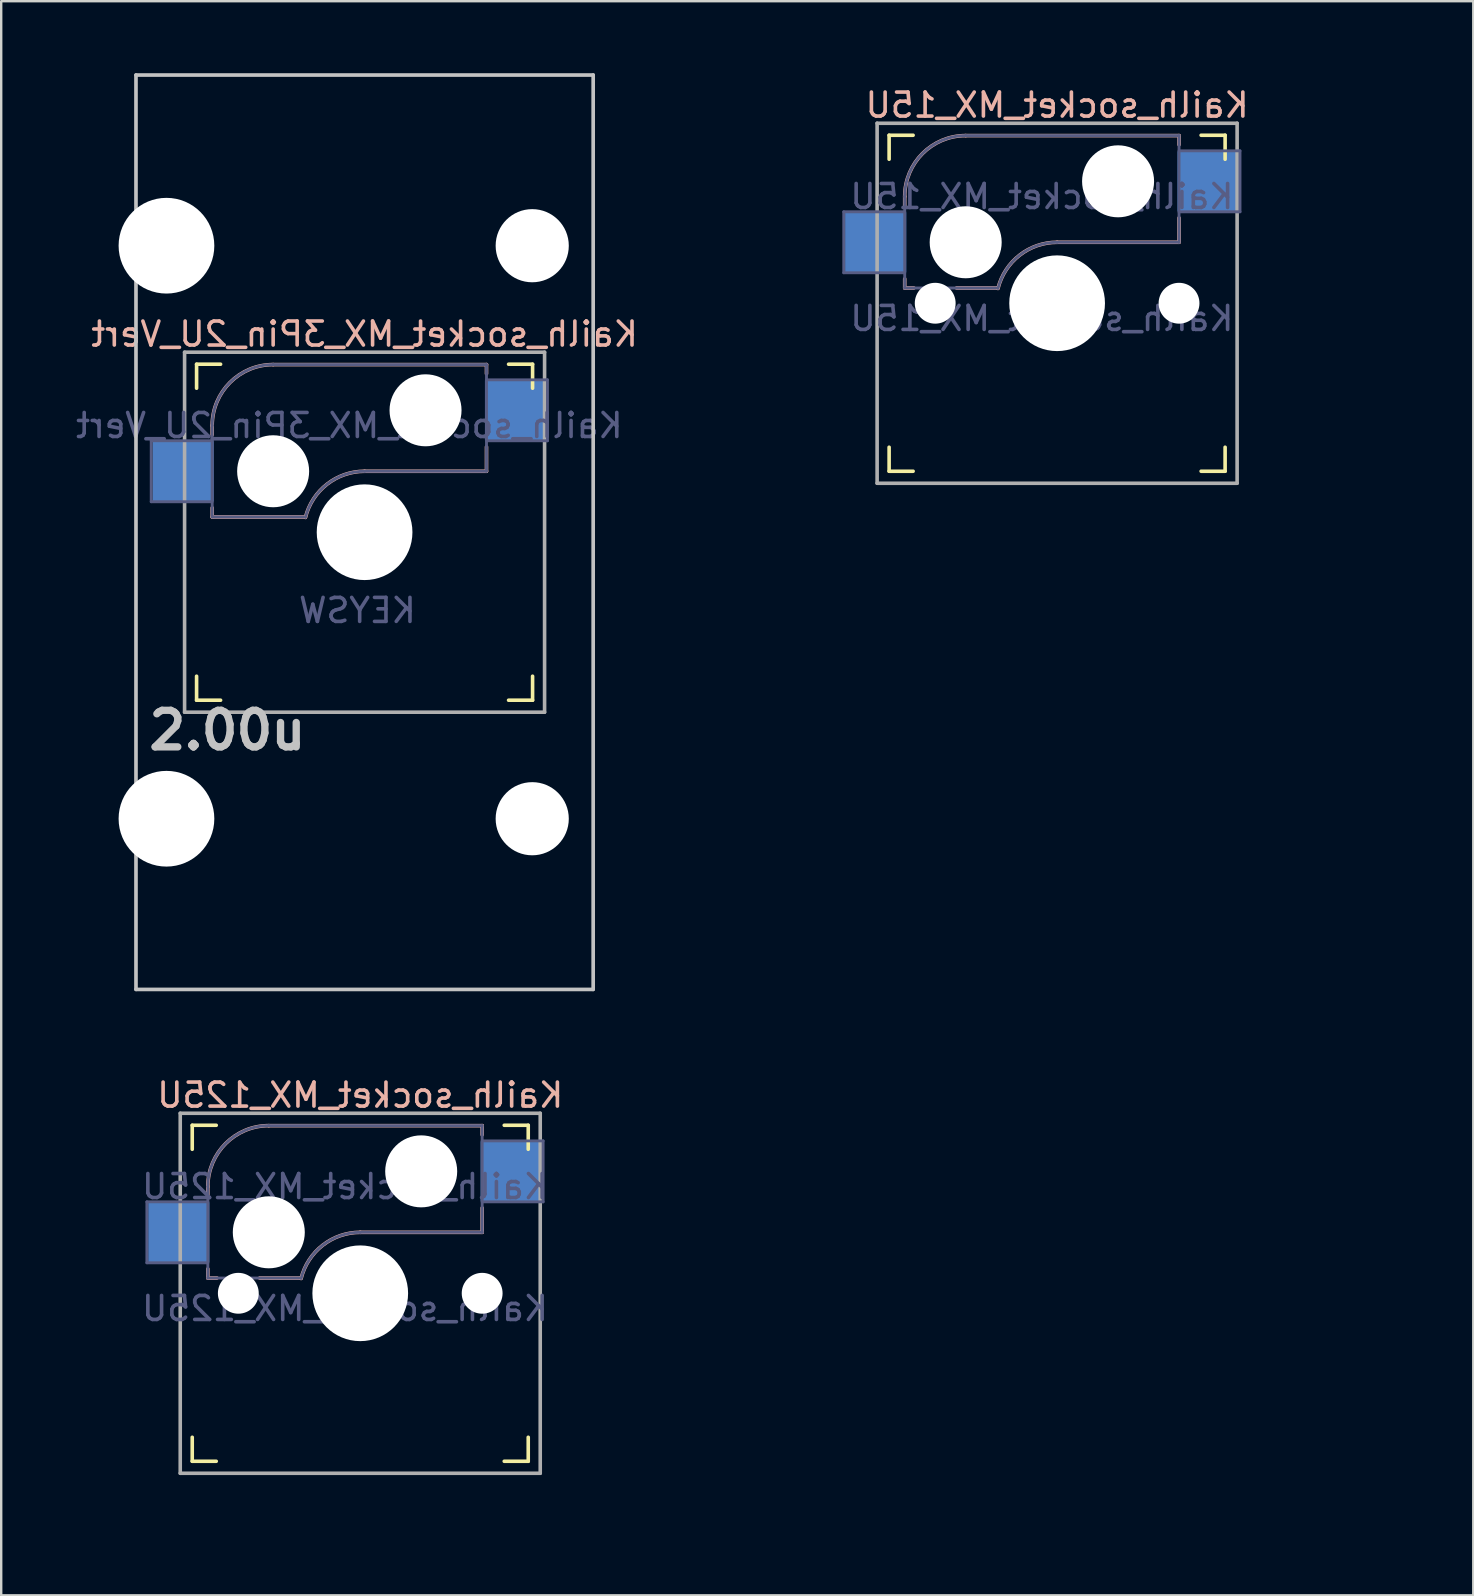
<source format=kicad_pcb>
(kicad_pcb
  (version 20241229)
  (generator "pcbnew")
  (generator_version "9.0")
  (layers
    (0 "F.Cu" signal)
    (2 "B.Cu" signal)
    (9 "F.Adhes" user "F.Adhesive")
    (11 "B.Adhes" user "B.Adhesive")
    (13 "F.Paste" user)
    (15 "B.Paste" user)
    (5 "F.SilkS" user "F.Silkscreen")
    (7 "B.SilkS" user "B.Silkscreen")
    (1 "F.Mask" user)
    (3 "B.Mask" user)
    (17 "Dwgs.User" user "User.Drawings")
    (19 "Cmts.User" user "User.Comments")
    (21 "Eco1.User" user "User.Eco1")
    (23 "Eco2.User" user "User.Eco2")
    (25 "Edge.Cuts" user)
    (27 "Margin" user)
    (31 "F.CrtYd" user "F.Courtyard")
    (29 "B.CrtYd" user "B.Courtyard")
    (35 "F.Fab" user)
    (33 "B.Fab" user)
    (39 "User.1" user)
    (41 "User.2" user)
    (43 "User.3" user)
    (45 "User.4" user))
  (footprint "Kailh_socket_MX_125U"
    (layer "F.Cu")
    (at 11.96 50.837)
    (property "Reference" "Kailh_socket_MX_125U" (at 0 -8.255 0) (layer "B.SilkS") (effects (font (size 1 1) (thickness 0.15)) (justify mirror)))
    (property "Value" "Kailh_socket_MX_125U" (at 0 8.255 0) (layer "F.Fab") (hide yes) (effects (font (size 1 1) (thickness 0.15))))
    (attr smd)
    (fp_line (start -7 -6) (end -7 -7) (stroke (width 0.15) (type solid)) (layer "F.SilkS"))
    (fp_line (start -7 7) (end -7 6) (stroke (width 0.15) (type solid)) (layer "F.SilkS"))
    (fp_line (start -7 7) (end -6 7) (stroke (width 0.15) (type solid)) (layer "F.SilkS"))
    (fp_line (start -6 -7) (end -7 -7) (stroke (width 0.15) (type solid)) (layer "F.SilkS"))
    (fp_line (start 6 7) (end 7 7) (stroke (width 0.15) (type solid)) (layer "F.SilkS"))
    (fp_line (start 7 -7) (end 6 -7) (stroke (width 0.15) (type solid)) (layer "F.SilkS"))
    (fp_line (start 7 -7) (end 7 -6) (stroke (width 0.15) (type solid)) (layer "F.SilkS"))
    (fp_line (start 7 6) (end 7 7) (stroke (width 0.15) (type solid)) (layer "F.SilkS"))
    (fp_line (start -6.35 -4.445) (end -6.35 -4.064) (stroke (width 0.15) (type solid)) (layer "B.SilkS"))
    (fp_line (start -6.35 -1.016) (end -6.35 -0.635) (stroke (width 0.15) (type solid)) (layer "B.SilkS"))
    (fp_line (start -5.969 -0.635) (end -6.35 -0.635) (stroke (width 0.15) (type solid)) (layer "B.SilkS"))
    (fp_line (start -3.81 -6.985) (end 5.08 -6.985) (stroke (width 0.15) (type solid)) (layer "B.SilkS"))
    (fp_line (start -2.464 -0.635) (end -4.191 -0.635) (stroke (width 0.15) (type solid)) (layer "B.SilkS"))
    (fp_line (start 5.08 -6.985) (end 5.08 -6.604) (stroke (width 0.15) (type solid)) (layer "B.SilkS"))
    (fp_line (start 5.08 -3.556) (end 5.08 -2.54) (stroke (width 0.15) (type solid)) (layer "B.SilkS"))
    (fp_line (start 5.08 -2.54) (end 0 -2.54) (stroke (width 0.15) (type solid)) (layer "B.SilkS"))
    (fp_arc (start -6.35 -4.445) (mid -5.606051 -6.241051) (end -3.81 -6.985) (stroke (width 0.15) (type solid)) (layer "B.SilkS"))
    (fp_arc (start -2.464162 -0.61604) (mid -1.563147 -2.002042) (end 0 -2.54) (stroke (width 0.15) (type solid)) (layer "B.SilkS"))
    (fp_line (start -6.9 6.9) (end -6.9 -6.9) (stroke (width 0.15) (type solid)) (layer "Eco2.User"))
    (fp_line (start -6.9 6.9) (end 6.9 6.9) (stroke (width 0.15) (type solid)) (layer "Eco2.User"))
    (fp_line (start 6.9 -6.9) (end -6.9 -6.9) (stroke (width 0.15) (type solid)) (layer "Eco2.User"))
    (fp_line (start 6.9 -6.9) (end 6.9 6.9) (stroke (width 0.15) (type solid)) (layer "Eco2.User"))
    (fp_line (start -8.89 -3.81) (end -6.35 -3.81) (stroke (width 0.12) (type solid)) (layer "B.Fab"))
    (fp_line (start -8.89 -1.27) (end -8.89 -3.81) (stroke (width 0.12) (type solid)) (layer "B.Fab"))
    (fp_line (start -6.35 -1.27) (end -8.89 -1.27) (stroke (width 0.12) (type solid)) (layer "B.Fab"))
    (fp_line (start -6.35 -0.635) (end -6.35 -4.445) (stroke (width 0.12) (type solid)) (layer "B.Fab"))
    (fp_line (start -6.35 -0.635) (end -2.54 -0.635) (stroke (width 0.12) (type solid)) (layer "B.Fab"))
    (fp_line (start -3.81 -6.985) (end 5.08 -6.985) (stroke (width 0.12) (type solid)) (layer "B.Fab"))
    (fp_line (start 5.08 -6.985) (end 5.08 -2.54) (stroke (width 0.12) (type solid)) (layer "B.Fab"))
    (fp_line (start 5.08 -6.35) (end 7.62 -6.35) (stroke (width 0.12) (type solid)) (layer "B.Fab"))
    (fp_line (start 5.08 -2.54) (end 0 -2.54) (stroke (width 0.12) (type solid)) (layer "B.Fab"))
    (fp_line (start 7.62 -6.35) (end 7.62 -3.81) (stroke (width 0.12) (type solid)) (layer "B.Fab"))
    (fp_line (start 7.62 -3.81) (end 5.08 -3.81) (stroke (width 0.12) (type solid)) (layer "B.Fab"))
    (fp_arc (start -6.35 -4.445) (mid -5.606051 -6.241051) (end -3.81 -6.985) (stroke (width 0.12) (type solid)) (layer "B.Fab"))
    (fp_arc (start -2.464162 -0.61604) (mid -1.563147 -2.002042) (end 0 -2.54) (stroke (width 0.12) (type solid)) (layer "B.Fab"))
    (fp_line (start -7.5 -7.5) (end 7.5 -7.5) (stroke (width 0.15) (type solid)) (layer "F.Fab"))
    (fp_line (start -7.5 7.5) (end -7.5 -7.5) (stroke (width 0.15) (type solid)) (layer "F.Fab"))
    (fp_line (start 7.5 -7.5) (end 7.5 7.5) (stroke (width 0.15) (type solid)) (layer "F.Fab"))
    (fp_line (start 7.5 7.5) (end -7.5 7.5) (stroke (width 0.15) (type solid)) (layer "F.Fab"))
    (fp_line (start -11.9 -9.525) (end 11.9 -9.525) (stroke (width 0.12) (type solid)) (layer "User.2"))
    (fp_line (start -11.9 9.525) (end -11.9 -9.525) (stroke (width 0.12) (type solid)) (layer "User.2"))
    (fp_line (start -11.9 9.525) (end 11.9 9.525) (stroke (width 0.12) (type solid)) (layer "User.2"))
    (fp_line (start -9.525 -9.525) (end 9.525 -9.525) (stroke (width 0.12) (type solid)) (layer "User.2"))
    (fp_line (start 9.525 9.525) (end -9.525 9.525) (stroke (width 0.12) (type solid)) (layer "User.2"))
    (fp_line (start 11.9 9.525) (end 11.9 -9.525) (stroke (width 0.12) (type solid)) (layer "User.2"))
    (fp_text user "${VALUE}" (at -0.635 0.635 0) (layer "B.Fab") (effects (font (size 1 1) (thickness 0.15)) (justify mirror)))
    (fp_text user "${REFERENCE}" (at -0.635 -4.445 0) (layer "B.Fab") (effects (font (size 1 1) (thickness 0.15)) (justify mirror)))
    (pad "" np_thru_hole circle (at -5.08 0) (size 1.702 1.702) (drill 1.702) (layers "*.Cu" "*.Mask"))
    (pad "" np_thru_hole circle (at -3.81 -2.54) (size 3 3) (drill 3) (layers "*.Cu" "*.Mask"))
    (pad "" np_thru_hole circle (at 0 0) (size 3.988 3.988) (drill 3.988) (layers "*.Cu" "*.Mask"))
    (pad "" np_thru_hole circle (at 2.54 -5.08) (size 3 3) (drill 3) (layers "*.Cu" "*.Mask"))
    (pad "" np_thru_hole circle (at 5.08 0) (size 1.702 1.702) (drill 1.702) (layers "*.Cu" "*.Mask"))
    (pad "1" smd rect (at 6.29 -5.08) (size 2.55 2.5) (layers "B.Cu" "B.Mask" "B.Paste"))
    (pad "2" smd rect (at -7.56 -2.54) (size 2.55 2.5) (layers "B.Cu" "B.Mask" "B.Paste")))
  (footprint "Kailh_socket_MX_15U"
    (layer "F.Cu")
    (at 40.997 9.585)
    (property "Reference" "Kailh_socket_MX_15U" (at 0 -8.255 0) (layer "B.SilkS") (effects (font (size 1 1) (thickness 0.15)) (justify mirror)))
    (property "Value" "Kailh_socket_MX_15U" (at 0 8.255 0) (layer "F.Fab") (hide yes) (effects (font (size 1 1) (thickness 0.15))))
    (attr smd)
    (fp_line (start -7 -6) (end -7 -7) (stroke (width 0.15) (type solid)) (layer "F.SilkS"))
    (fp_line (start -7 7) (end -7 6) (stroke (width 0.15) (type solid)) (layer "F.SilkS"))
    (fp_line (start -7 7) (end -6 7) (stroke (width 0.15) (type solid)) (layer "F.SilkS"))
    (fp_line (start -6 -7) (end -7 -7) (stroke (width 0.15) (type solid)) (layer "F.SilkS"))
    (fp_line (start 6 7) (end 7 7) (stroke (width 0.15) (type solid)) (layer "F.SilkS"))
    (fp_line (start 7 -7) (end 6 -7) (stroke (width 0.15) (type solid)) (layer "F.SilkS"))
    (fp_line (start 7 -7) (end 7 -6) (stroke (width 0.15) (type solid)) (layer "F.SilkS"))
    (fp_line (start 7 6) (end 7 7) (stroke (width 0.15) (type solid)) (layer "F.SilkS"))
    (fp_line (start -6.35 -4.445) (end -6.35 -4.064) (stroke (width 0.15) (type solid)) (layer "B.SilkS"))
    (fp_line (start -6.35 -1.016) (end -6.35 -0.635) (stroke (width 0.15) (type solid)) (layer "B.SilkS"))
    (fp_line (start -5.969 -0.635) (end -6.35 -0.635) (stroke (width 0.15) (type solid)) (layer "B.SilkS"))
    (fp_line (start -3.81 -6.985) (end 5.08 -6.985) (stroke (width 0.15) (type solid)) (layer "B.SilkS"))
    (fp_line (start -2.464 -0.635) (end -4.191 -0.635) (stroke (width 0.15) (type solid)) (layer "B.SilkS"))
    (fp_line (start 5.08 -6.985) (end 5.08 -6.604) (stroke (width 0.15) (type solid)) (layer "B.SilkS"))
    (fp_line (start 5.08 -3.556) (end 5.08 -2.54) (stroke (width 0.15) (type solid)) (layer "B.SilkS"))
    (fp_line (start 5.08 -2.54) (end 0 -2.54) (stroke (width 0.15) (type solid)) (layer "B.SilkS"))
    (fp_arc (start -6.35 -4.445) (mid -5.606051 -6.241051) (end -3.81 -6.985) (stroke (width 0.15) (type solid)) (layer "B.SilkS"))
    (fp_arc (start -2.464162 -0.61604) (mid -1.563147 -2.002042) (end 0 -2.54) (stroke (width 0.15) (type solid)) (layer "B.SilkS"))
    (fp_line (start -6.9 6.9) (end -6.9 -6.9) (stroke (width 0.15) (type solid)) (layer "Eco2.User"))
    (fp_line (start -6.9 6.9) (end 6.9 6.9) (stroke (width 0.15) (type solid)) (layer "Eco2.User"))
    (fp_line (start 6.9 -6.9) (end -6.9 -6.9) (stroke (width 0.15) (type solid)) (layer "Eco2.User"))
    (fp_line (start 6.9 -6.9) (end 6.9 6.9) (stroke (width 0.15) (type solid)) (layer "Eco2.User"))
    (fp_line (start -8.89 -3.81) (end -6.35 -3.81) (stroke (width 0.12) (type solid)) (layer "B.Fab"))
    (fp_line (start -8.89 -1.27) (end -8.89 -3.81) (stroke (width 0.12) (type solid)) (layer "B.Fab"))
    (fp_line (start -6.35 -1.27) (end -8.89 -1.27) (stroke (width 0.12) (type solid)) (layer "B.Fab"))
    (fp_line (start -6.35 -0.635) (end -6.35 -4.445) (stroke (width 0.12) (type solid)) (layer "B.Fab"))
    (fp_line (start -6.35 -0.635) (end -2.54 -0.635) (stroke (width 0.12) (type solid)) (layer "B.Fab"))
    (fp_line (start -3.81 -6.985) (end 5.08 -6.985) (stroke (width 0.12) (type solid)) (layer "B.Fab"))
    (fp_line (start 5.08 -6.985) (end 5.08 -2.54) (stroke (width 0.12) (type solid)) (layer "B.Fab"))
    (fp_line (start 5.08 -6.35) (end 7.62 -6.35) (stroke (width 0.12) (type solid)) (layer "B.Fab"))
    (fp_line (start 5.08 -2.54) (end 0 -2.54) (stroke (width 0.12) (type solid)) (layer "B.Fab"))
    (fp_line (start 7.62 -6.35) (end 7.62 -3.81) (stroke (width 0.12) (type solid)) (layer "B.Fab"))
    (fp_line (start 7.62 -3.81) (end 5.08 -3.81) (stroke (width 0.12) (type solid)) (layer "B.Fab"))
    (fp_arc (start -6.35 -4.445) (mid -5.606051 -6.241051) (end -3.81 -6.985) (stroke (width 0.12) (type solid)) (layer "B.Fab"))
    (fp_arc (start -2.464162 -0.61604) (mid -1.563147 -2.002042) (end 0 -2.54) (stroke (width 0.12) (type solid)) (layer "B.Fab"))
    (fp_line (start -7.5 -7.5) (end 7.5 -7.5) (stroke (width 0.15) (type solid)) (layer "F.Fab"))
    (fp_line (start -7.5 7.5) (end -7.5 -7.5) (stroke (width 0.15) (type solid)) (layer "F.Fab"))
    (fp_line (start 7.5 -7.5) (end 7.5 7.5) (stroke (width 0.15) (type solid)) (layer "F.Fab"))
    (fp_line (start 7.5 7.5) (end -7.5 7.5) (stroke (width 0.15) (type solid)) (layer "F.Fab"))
    (fp_line (start -14.29 -9.525) (end 14.28 -9.525) (stroke (width 0.12) (type solid)) (layer "User.2"))
    (fp_line (start -14.29 9.525) (end -14.29 -9.525) (stroke (width 0.12) (type solid)) (layer "User.2"))
    (fp_line (start -14.29 9.525) (end 14.28 9.525) (stroke (width 0.12) (type solid)) (layer "User.2"))
    (fp_line (start -9.525 -9.525) (end 9.525 -9.525) (stroke (width 0.12) (type solid)) (layer "User.2"))
    (fp_line (start 9.525 9.525) (end -9.525 9.525) (stroke (width 0.12) (type solid)) (layer "User.2"))
    (fp_line (start 14.28 9.525) (end 14.28 -9.525) (stroke (width 0.12) (type solid)) (layer "User.2"))
    (fp_text user "${VALUE}" (at -0.635 0.635 0) (layer "B.Fab") (effects (font (size 1 1) (thickness 0.15)) (justify mirror)))
    (fp_text user "${REFERENCE}" (at -0.635 -4.445 0) (layer "B.Fab") (effects (font (size 1 1) (thickness 0.15)) (justify mirror)))
    (pad "" np_thru_hole circle (at -5.08 0) (size 1.702 1.702) (drill 1.702) (layers "*.Cu" "*.Mask"))
    (pad "" np_thru_hole circle (at -3.81 -2.54) (size 3 3) (drill 3) (layers "*.Cu" "*.Mask"))
    (pad "" np_thru_hole circle (at 0 0) (size 3.988 3.988) (drill 3.988) (layers "*.Cu" "*.Mask"))
    (pad "" np_thru_hole circle (at 2.54 -5.08) (size 3 3) (drill 3) (layers "*.Cu" "*.Mask"))
    (pad "" np_thru_hole circle (at 5.08 0) (size 1.702 1.702) (drill 1.702) (layers "*.Cu" "*.Mask"))
    (pad "1" smd rect (at 6.29 -5.08) (size 2.55 2.5) (layers "B.Cu" "B.Mask" "B.Paste"))
    (pad "2" smd rect (at -7.56 -2.54) (size 2.55 2.5) (layers "B.Cu" "B.Mask" "B.Paste")))
  (footprint "Kailh_socket_MX_3Pin_2U_Vert"
    (layer "F.Cu")
    (at 12.141 19.126)
    (property "Reference" "Kailh_socket_MX_3Pin_2U_Vert" (at 0 -8.255 0) (layer "B.SilkS") (effects (font (size 1 1) (thickness 0.15)) (justify mirror)))
    (property "Value" "KEYSW" (at 0 8.255 0) (layer "F.Fab") (hide yes) (effects (font (size 1 1) (thickness 0.15))))
    (attr smd)
    (fp_line (start -7 -6) (end -7 -7) (stroke (width 0.15) (type solid)) (layer "F.SilkS"))
    (fp_line (start -7 7) (end -7 6) (stroke (width 0.15) (type solid)) (layer "F.SilkS"))
    (fp_line (start -7 7) (end -6 7) (stroke (width 0.15) (type solid)) (layer "F.SilkS"))
    (fp_line (start -6 -7) (end -7 -7) (stroke (width 0.15) (type solid)) (layer "F.SilkS"))
    (fp_line (start 6 7) (end 7 7) (stroke (width 0.15) (type solid)) (layer "F.SilkS"))
    (fp_line (start 7 -7) (end 6 -7) (stroke (width 0.15) (type solid)) (layer "F.SilkS"))
    (fp_line (start 7 -7) (end 7 -6) (stroke (width 0.15) (type solid)) (layer "F.SilkS"))
    (fp_line (start 7 6) (end 7 7) (stroke (width 0.15) (type solid)) (layer "F.SilkS"))
    (fp_line (start -6.35 -4.445) (end -6.35 -4.064) (stroke (width 0.15) (type solid)) (layer "B.SilkS"))
    (fp_line (start -6.35 -1.016) (end -6.35 -0.635) (stroke (width 0.15) (type solid)) (layer "B.SilkS"))
    (fp_line (start -3.81 -6.985) (end 5.08 -6.985) (stroke (width 0.15) (type solid)) (layer "B.SilkS"))
    (fp_line (start -2.464 -0.635) (end -6.35 -0.635) (stroke (width 0.15) (type solid)) (layer "B.SilkS"))
    (fp_line (start 5.08 -6.985) (end 5.08 -6.604) (stroke (width 0.15) (type solid)) (layer "B.SilkS"))
    (fp_line (start 5.08 -3.556) (end 5.08 -2.54) (stroke (width 0.15) (type solid)) (layer "B.SilkS"))
    (fp_line (start 5.08 -2.54) (end 0 -2.54) (stroke (width 0.15) (type solid)) (layer "B.SilkS"))
    (fp_arc (start -6.35 -4.445) (mid -5.606051 -6.241051) (end -3.81 -6.985) (stroke (width 0.15) (type solid)) (layer "B.SilkS"))
    (fp_arc (start -2.464162 -0.61604) (mid -1.563147 -2.002042) (end 0 -2.54) (stroke (width 0.15) (type solid)) (layer "B.SilkS"))
    (fp_line (start -9.525 -19.05) (end -9.525 19.05) (stroke (width 0.152) (type solid)) (layer "Dwgs.User"))
    (fp_line (start -9.525 19.05) (end 9.525 19.05) (stroke (width 0.152) (type solid)) (layer "Dwgs.User"))
    (fp_line (start 9.525 -19.05) (end -9.525 -19.05) (stroke (width 0.152) (type solid)) (layer "Dwgs.User"))
    (fp_line (start 9.525 19.05) (end 9.525 -19.05) (stroke (width 0.152) (type solid)) (layer "Dwgs.User"))
    (fp_line (start -6.9 6.9) (end -6.9 -6.9) (stroke (width 0.15) (type solid)) (layer "Eco2.User"))
    (fp_line (start -6.9 6.9) (end 6.9 6.9) (stroke (width 0.15) (type solid)) (layer "Eco2.User"))
    (fp_line (start 6.9 -6.9) (end -6.9 -6.9) (stroke (width 0.15) (type solid)) (layer "Eco2.User"))
    (fp_line (start 6.9 -6.9) (end 6.9 6.9) (stroke (width 0.15) (type solid)) (layer "Eco2.User"))
    (fp_line (start -8.89 -3.81) (end -6.35 -3.81) (stroke (width 0.12) (type solid)) (layer "B.Fab"))
    (fp_line (start -8.89 -1.27) (end -8.89 -3.81) (stroke (width 0.12) (type solid)) (layer "B.Fab"))
    (fp_line (start -6.35 -1.27) (end -8.89 -1.27) (stroke (width 0.12) (type solid)) (layer "B.Fab"))
    (fp_line (start -6.35 -0.635) (end -6.35 -4.445) (stroke (width 0.12) (type solid)) (layer "B.Fab"))
    (fp_line (start -6.35 -0.635) (end -2.54 -0.635) (stroke (width 0.12) (type solid)) (layer "B.Fab"))
    (fp_line (start -3.81 -6.985) (end 5.08 -6.985) (stroke (width 0.12) (type solid)) (layer "B.Fab"))
    (fp_line (start 5.08 -6.985) (end 5.08 -2.54) (stroke (width 0.12) (type solid)) (layer "B.Fab"))
    (fp_line (start 5.08 -6.35) (end 7.62 -6.35) (stroke (width 0.12) (type solid)) (layer "B.Fab"))
    (fp_line (start 5.08 -2.54) (end 0 -2.54) (stroke (width 0.12) (type solid)) (layer "B.Fab"))
    (fp_line (start 7.62 -6.35) (end 7.62 -3.81) (stroke (width 0.12) (type solid)) (layer "B.Fab"))
    (fp_line (start 7.62 -3.81) (end 5.08 -3.81) (stroke (width 0.12) (type solid)) (layer "B.Fab"))
    (fp_arc (start -6.35 -4.445) (mid -5.606051 -6.241051) (end -3.81 -6.985) (stroke (width 0.12) (type solid)) (layer "B.Fab"))
    (fp_arc (start -2.464162 -0.61604) (mid -1.563147 -2.002042) (end 0 -2.54) (stroke (width 0.12) (type solid)) (layer "B.Fab"))
    (fp_line (start -7.5 -7.5) (end 7.5 -7.5) (stroke (width 0.15) (type solid)) (layer "F.Fab"))
    (fp_line (start -7.5 7.5) (end -7.5 -7.5) (stroke (width 0.15) (type solid)) (layer "F.Fab"))
    (fp_line (start 7.5 -7.5) (end 7.5 7.5) (stroke (width 0.15) (type solid)) (layer "F.Fab"))
    (fp_line (start 7.5 7.5) (end -7.5 7.5) (stroke (width 0.15) (type solid)) (layer "F.Fab"))
    (fp_text user "2.00u" (at -5.715 8.255 0) (layer "Dwgs.User") (effects (font (size 1.524 1.524) (thickness 0.305))))
    (fp_text user "${VALUE}" (at -0.3 3.26 0) (layer "B.Fab") (effects (font (size 1 1) (thickness 0.15)) (justify mirror)))
    (fp_text user "${REFERENCE}" (at -0.635 -4.445 0) (layer "B.Fab") (effects (font (size 1 1) (thickness 0.15)) (justify mirror)))
    (pad "" np_thru_hole circle (at -8.255 -11.938 270) (size 3.988 3.988) (drill 3.988) (layers "*.Cu" "*.Mask"))
    (pad "" np_thru_hole circle (at -8.255 11.938 270) (size 3.988 3.988) (drill 3.988) (layers "*.Cu" "*.Mask"))
    (pad "" np_thru_hole circle (at -3.81 -2.54) (size 3 3) (drill 3) (layers "*.Cu" "*.Mask"))
    (pad "" np_thru_hole circle (at 0 0) (size 3.988 3.988) (drill 3.988) (layers "*.Cu" "*.Mask"))
    (pad "" np_thru_hole circle (at 2.54 -5.08) (size 3 3) (drill 3) (layers "*.Cu" "*.Mask"))
    (pad "" np_thru_hole circle (at 6.985 -11.938 270) (size 3.048 3.048) (drill 3.048) (layers "*.Cu" "*.Mask"))
    (pad "" np_thru_hole circle (at 6.985 11.938 270) (size 3.048 3.048) (drill 3.048) (layers "*.Cu" "*.Mask"))
    (pad "1" smd rect (at 6.29 -5.08) (size 2.55 2.5) (layers "B.Cu" "B.Mask" "B.Paste"))
    (pad "2" smd rect (at -7.56 -2.54) (size 2.55 2.5) (layers "B.Cu" "B.Mask" "B.Paste")))
  (gr_rect
    (start -3 -3)
    (end 58.337 63.422)
    (stroke (width 0.1) (type default))
    (fill no)
    (layer "Edge.Cuts")))
</source>
